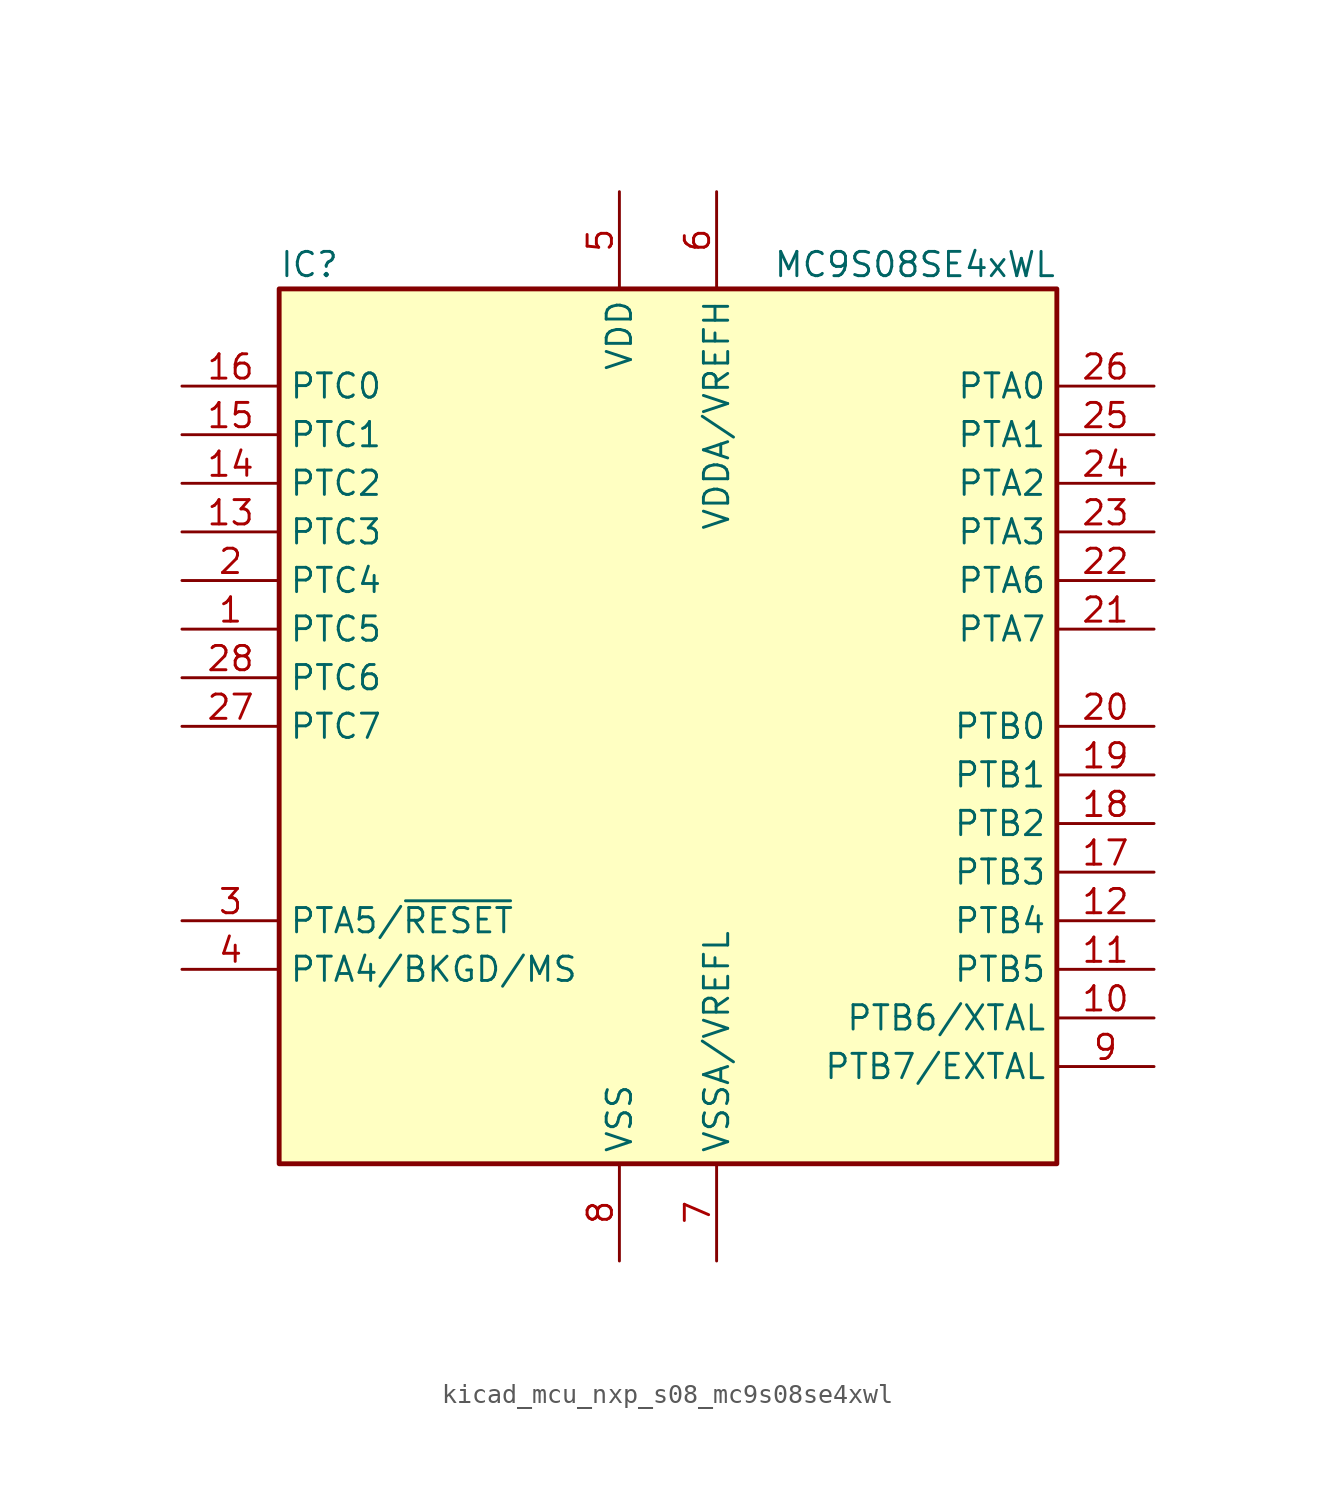
<source format=kicad_sym>
(kicad_symbol_lib
  (version 20220914)
  (generator kicad_symbol_editor)
  (symbol "kicad_mcu_nxp_s08_mc9s08se4xwl"
    (property "Reference" "IC"
      (at -20.32 24.13 0)
      (effects (font (size 1.27 1.27)) (justify left)))
    (property "Value" "MC9S08SE4xWL"
      (at 20.32 24.13 0)
      (effects (font (size 1.27 1.27)) (justify right)))
    (symbol "kicad_mcu_nxp_s08_mc9s08se4xwl_0_1"
      (rectangle (start -20.32 22.86) (end 20.32 -22.86) (stroke (width 0.254) (type default)) (fill (type background))))
    (symbol "kicad_mcu_nxp_s08_mc9s08se4xwl_1_1"
      (pin bidirectional line (at -25.4 5.08 0) (length 5.08) (name "PTC5" (effects (font (size 1.27 1.27)))) (number "1" (effects (font (size 1.27 1.27)))))
      (pin bidirectional line (at 25.4 -15.24 180) (length 5.08) (name "PTB6/XTAL" (effects (font (size 1.27 1.27)))) (number "10" (effects (font (size 1.27 1.27)))))
      (pin bidirectional line (at 25.4 -12.7 180) (length 5.08) (name "PTB5" (effects (font (size 1.27 1.27)))) (number "11" (effects (font (size 1.27 1.27)))))
      (pin bidirectional line (at 25.4 -10.16 180) (length 5.08) (name "PTB4" (effects (font (size 1.27 1.27)))) (number "12" (effects (font (size 1.27 1.27)))))
      (pin bidirectional line (at -25.4 10.16 0) (length 5.08) (name "PTC3" (effects (font (size 1.27 1.27)))) (number "13" (effects (font (size 1.27 1.27)))))
      (pin bidirectional line (at -25.4 12.7 0) (length 5.08) (name "PTC2" (effects (font (size 1.27 1.27)))) (number "14" (effects (font (size 1.27 1.27)))))
      (pin bidirectional line (at -25.4 15.24 0) (length 5.08) (name "PTC1" (effects (font (size 1.27 1.27)))) (number "15" (effects (font (size 1.27 1.27)))))
      (pin bidirectional line (at -25.4 17.78 0) (length 5.08) (name "PTC0" (effects (font (size 1.27 1.27)))) (number "16" (effects (font (size 1.27 1.27)))))
      (pin bidirectional line (at 25.4 -7.62 180) (length 5.08) (name "PTB3" (effects (font (size 1.27 1.27)))) (number "17" (effects (font (size 1.27 1.27)))))
      (pin bidirectional line (at 25.4 -5.08 180) (length 5.08) (name "PTB2" (effects (font (size 1.27 1.27)))) (number "18" (effects (font (size 1.27 1.27)))))
      (pin bidirectional line (at 25.4 -2.54 180) (length 5.08) (name "PTB1" (effects (font (size 1.27 1.27)))) (number "19" (effects (font (size 1.27 1.27)))))
      (pin bidirectional line (at -25.4 7.62 0) (length 5.08) (name "PTC4" (effects (font (size 1.27 1.27)))) (number "2" (effects (font (size 1.27 1.27)))))
      (pin bidirectional line (at 25.4 0 180) (length 5.08) (name "PTB0" (effects (font (size 1.27 1.27)))) (number "20" (effects (font (size 1.27 1.27)))))
      (pin bidirectional line (at 25.4 5.08 180) (length 5.08) (name "PTA7" (effects (font (size 1.27 1.27)))) (number "21" (effects (font (size 1.27 1.27)))))
      (pin bidirectional line (at 25.4 7.62 180) (length 5.08) (name "PTA6" (effects (font (size 1.27 1.27)))) (number "22" (effects (font (size 1.27 1.27)))))
      (pin bidirectional line (at 25.4 10.16 180) (length 5.08) (name "PTA3" (effects (font (size 1.27 1.27)))) (number "23" (effects (font (size 1.27 1.27)))))
      (pin bidirectional line (at 25.4 12.7 180) (length 5.08) (name "PTA2" (effects (font (size 1.27 1.27)))) (number "24" (effects (font (size 1.27 1.27)))))
      (pin bidirectional line (at 25.4 15.24 180) (length 5.08) (name "PTA1" (effects (font (size 1.27 1.27)))) (number "25" (effects (font (size 1.27 1.27)))))
      (pin bidirectional line (at 25.4 17.78 180) (length 5.08) (name "PTA0" (effects (font (size 1.27 1.27)))) (number "26" (effects (font (size 1.27 1.27)))))
      (pin bidirectional line (at -25.4 0 0) (length 5.08) (name "PTC7" (effects (font (size 1.27 1.27)))) (number "27" (effects (font (size 1.27 1.27)))))
      (pin bidirectional line (at -25.4 2.54 0) (length 5.08) (name "PTC6" (effects (font (size 1.27 1.27)))) (number "28" (effects (font (size 1.27 1.27)))))
      (pin bidirectional line (at -25.4 -10.16 0) (length 5.08) (name "PTA5/~{RESET}" (effects (font (size 1.27 1.27)))) (number "3" (effects (font (size 1.27 1.27)))))
      (pin bidirectional line (at -25.4 -12.7 0) (length 5.08) (name "PTA4/BKGD/MS" (effects (font (size 1.27 1.27)))) (number "4" (effects (font (size 1.27 1.27)))))
      (pin power_in line (at -2.54 27.94 270) (length 5.08) (name "VDD" (effects (font (size 1.27 1.27)))) (number "5" (effects (font (size 1.27 1.27)))))
      (pin power_in line (at 2.54 27.94 270) (length 5.08) (name "VDDA/VREFH" (effects (font (size 1.27 1.27)))) (number "6" (effects (font (size 1.27 1.27)))))
      (pin power_in line (at 2.54 -27.94 90) (length 5.08) (name "VSSA/VREFL" (effects (font (size 1.27 1.27)))) (number "7" (effects (font (size 1.27 1.27)))))
      (pin power_in line (at -2.54 -27.94 90) (length 5.08) (name "VSS" (effects (font (size 1.27 1.27)))) (number "8" (effects (font (size 1.27 1.27)))))
      (pin bidirectional line (at 25.4 -17.78 180) (length 5.08) (name "PTB7/EXTAL" (effects (font (size 1.27 1.27)))) (number "9" (effects (font (size 1.27 1.27))))))))
</source>
